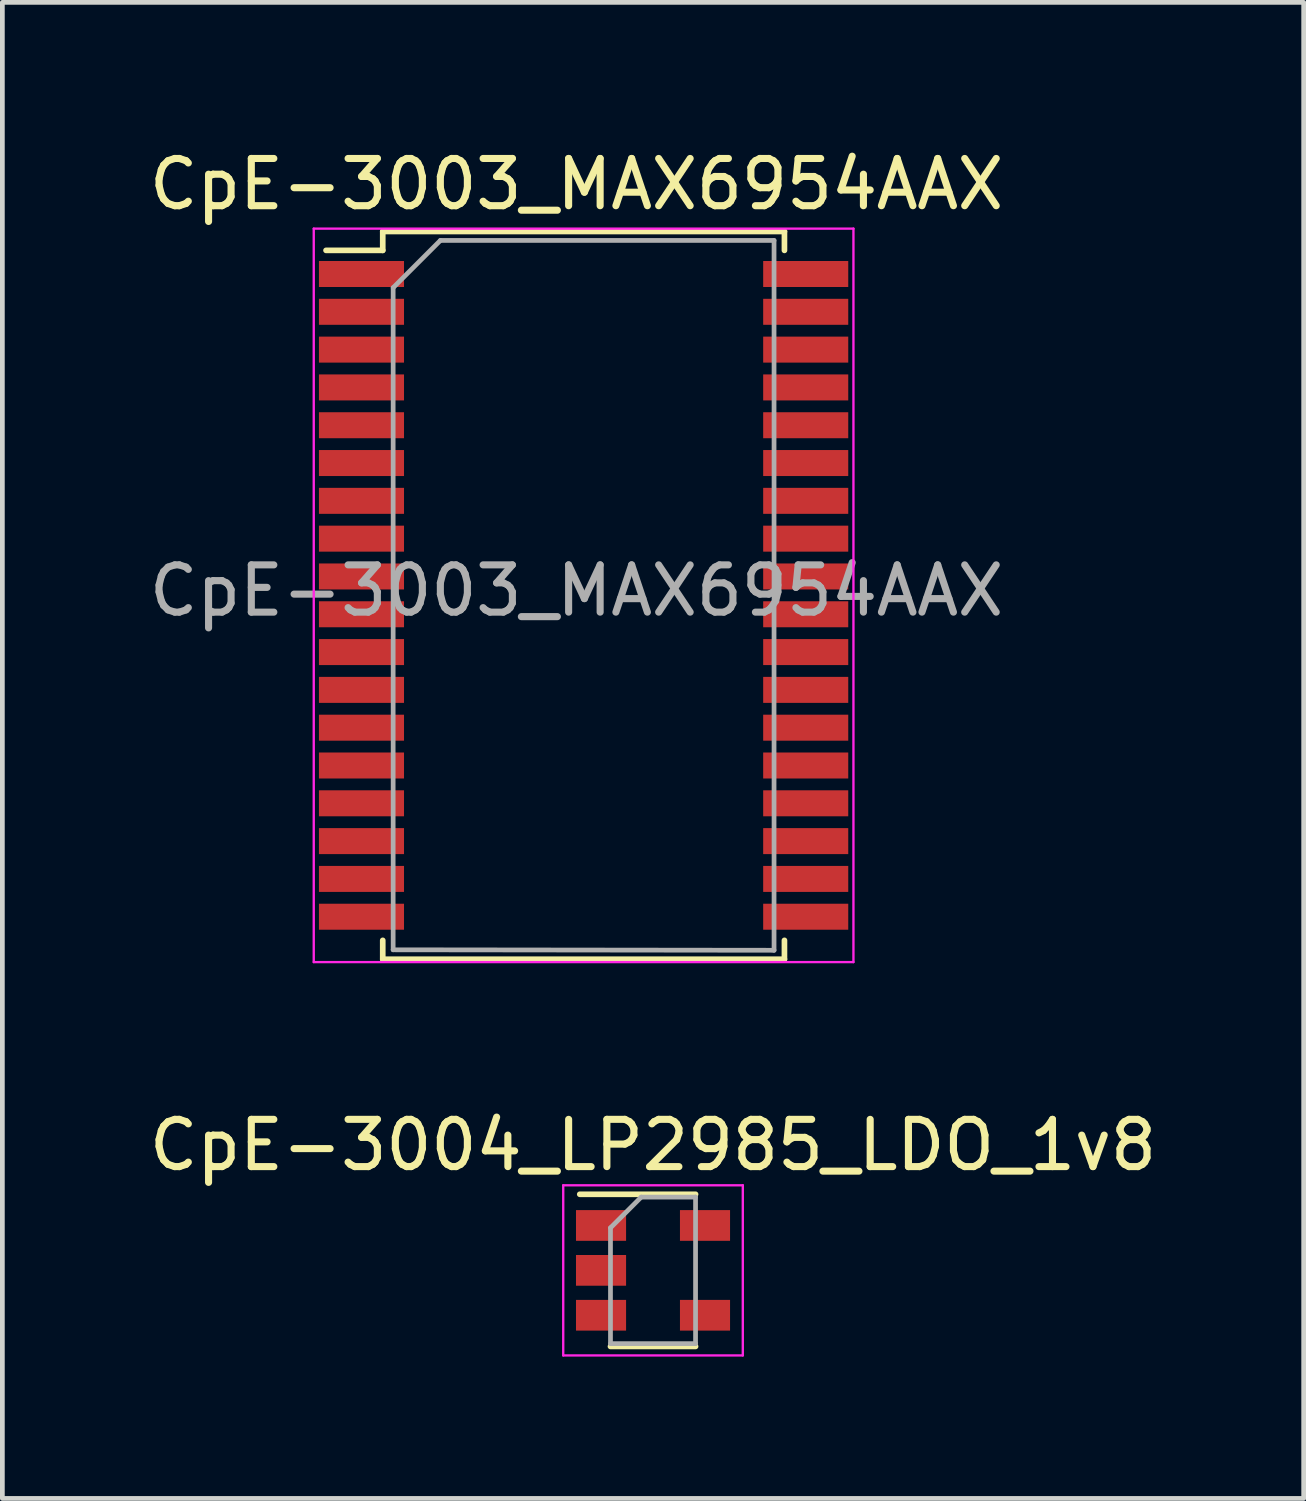
<source format=kicad_pcb>
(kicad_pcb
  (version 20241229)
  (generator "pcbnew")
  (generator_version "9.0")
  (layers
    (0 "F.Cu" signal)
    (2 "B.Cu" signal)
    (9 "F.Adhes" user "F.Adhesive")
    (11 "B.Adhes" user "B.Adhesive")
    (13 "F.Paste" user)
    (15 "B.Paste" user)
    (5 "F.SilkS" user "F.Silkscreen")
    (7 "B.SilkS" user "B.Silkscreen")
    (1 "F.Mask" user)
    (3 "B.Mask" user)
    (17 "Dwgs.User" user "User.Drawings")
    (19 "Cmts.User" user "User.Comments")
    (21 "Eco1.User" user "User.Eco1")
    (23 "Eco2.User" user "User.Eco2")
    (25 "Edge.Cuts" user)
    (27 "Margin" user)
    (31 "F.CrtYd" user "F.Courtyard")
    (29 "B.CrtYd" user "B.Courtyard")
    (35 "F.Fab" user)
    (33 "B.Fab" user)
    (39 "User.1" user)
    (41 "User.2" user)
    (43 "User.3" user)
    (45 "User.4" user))
  (footprint "CpE-3004_LP2985_LDO_1v8"
    (layer "F.Cu")
    (at 10.768 23.831)
    (property "Reference" "CpE-3004_LP2985_LDO_1v8" (at 0 -2.65 0) (layer "F.SilkS") (effects (font (size 1 1) (thickness 0.15))))
    (attr through_hole)
    (fp_line (start -0.9 1.61) (end 0.9 1.61) (stroke (width 0.12) (type solid)) (layer "F.SilkS"))
    (fp_line (start 0.9 -1.61) (end -1.55 -1.61) (stroke (width 0.12) (type solid)) (layer "F.SilkS"))
    (fp_line (start -1.9 -1.8) (end 1.9 -1.8) (stroke (width 0.05) (type solid)) (layer "F.CrtYd"))
    (fp_line (start -1.9 1.8) (end -1.9 -1.8) (stroke (width 0.05) (type solid)) (layer "F.CrtYd"))
    (fp_line (start 1.9 -1.8) (end 1.9 1.8) (stroke (width 0.05) (type solid)) (layer "F.CrtYd"))
    (fp_line (start 1.9 1.8) (end -1.9 1.8) (stroke (width 0.05) (type solid)) (layer "F.CrtYd"))
    (fp_line (start -0.9 -0.9) (end -0.9 1.55) (stroke (width 0.1) (type solid)) (layer "F.Fab"))
    (fp_line (start -0.9 -0.9) (end -0.25 -1.55) (stroke (width 0.1) (type solid)) (layer "F.Fab"))
    (fp_line (start 0.9 -1.55) (end -0.25 -1.55) (stroke (width 0.1) (type solid)) (layer "F.Fab"))
    (fp_line (start 0.9 -1.55) (end 0.9 1.55) (stroke (width 0.1) (type solid)) (layer "F.Fab"))
    (fp_line (start 0.9 1.55) (end -0.9 1.55) (stroke (width 0.1) (type solid)) (layer "F.Fab"))
    (pad "1" smd rect (at -1.1 -0.95) (size 1.06 0.65) (layers "F.Cu" "F.Mask" "F.Paste"))
    (pad "2" smd rect (at -1.1 0) (size 1.06 0.65) (layers "F.Cu" "F.Mask" "F.Paste"))
    (pad "3" smd rect (at -1.1 0.95) (size 1.06 0.65) (layers "F.Cu" "F.Mask" "F.Paste"))
    (pad "4" smd rect (at 1.1 0.95) (size 1.06 0.65) (layers "F.Cu" "F.Mask" "F.Paste"))
    (pad "5" smd rect (at 1.1 -0.95) (size 1.06 0.65) (layers "F.Cu" "F.Mask" "F.Paste")))
  (footprint "CpE-3003_MAX6954AAX"
    (layer "F.Cu")
    (at 9.149 9.648)
    (property "Reference" "CpE-3003_MAX6954AAX" (at 0 -8.8 0) (layer "F.SilkS") (effects (font (size 1 1) (thickness 0.15))))
    (attr through_hole)
    (fp_line (start -5.3 -7.4) (end -4.1 -7.4) (stroke (width 0.12) (type solid)) (layer "F.SilkS"))
    (fp_line (start -4.1 -7.8) (end 4.4 -7.8) (stroke (width 0.12) (type solid)) (layer "F.SilkS"))
    (fp_line (start -4.1 -7.4) (end -4.1 -7.8) (stroke (width 0.12) (type solid)) (layer "F.SilkS"))
    (fp_line (start -4.1 7.2) (end -4.1 7.6) (stroke (width 0.12) (type solid)) (layer "F.SilkS"))
    (fp_line (start -4.1 7.6) (end 4.4 7.6) (stroke (width 0.12) (type solid)) (layer "F.SilkS"))
    (fp_line (start 4.4 -7.8) (end 4.4 -7.4) (stroke (width 0.12) (type solid)) (layer "F.SilkS"))
    (fp_line (start 4.4 7.2) (end 4.4 7.6) (stroke (width 0.12) (type solid)) (layer "F.SilkS"))
    (fp_line (start -5.56 -7.86) (end -5.56 7.66) (stroke (width 0.05) (type solid)) (layer "F.CrtYd"))
    (fp_line (start -5.56 -7.86) (end 5.86 -7.86) (stroke (width 0.05) (type solid)) (layer "F.CrtYd"))
    (fp_line (start 5.86 -7.86) (end 5.86 7.66) (stroke (width 0.05) (type solid)) (layer "F.CrtYd"))
    (fp_line (start 5.86 7.66) (end -5.56 7.66) (stroke (width 0.05) (type solid)) (layer "F.CrtYd"))
    (fp_line (start -3.88 7.4) (end -3.88 -6.61) (stroke (width 0.1) (type solid)) (layer "F.Fab"))
    (fp_line (start -2.88 -7.61) (end -3.88 -6.61) (stroke (width 0.1) (type solid)) (layer "F.Fab"))
    (fp_line (start -2.88 -7.61) (end 4.18 -7.61) (stroke (width 0.1) (type solid)) (layer "F.Fab"))
    (fp_line (start 4.18 -7.61) (end 4.18 7.41) (stroke (width 0.1) (type solid)) (layer "F.Fab"))
    (fp_line (start 4.18 7.41) (end -3.88 7.4) (stroke (width 0.1) (type solid)) (layer "F.Fab"))
    (fp_text user "${REFERENCE}" (at 0 -0.2 0) (layer "F.Fab") (effects (font (size 1 1) (thickness 0.15))))
    (pad "1" smd rect (at -4.55 -6.9) (size 1.8 0.55) (layers "F.Cu" "F.Mask" "F.Paste"))
    (pad "2" smd rect (at -4.55 -6.1) (size 1.8 0.55) (layers "F.Cu" "F.Mask" "F.Paste"))
    (pad "3" smd rect (at -4.55 -5.3) (size 1.8 0.55) (layers "F.Cu" "F.Mask" "F.Paste"))
    (pad "4" smd rect (at -4.55 -4.5) (size 1.8 0.55) (layers "F.Cu" "F.Mask" "F.Paste"))
    (pad "5" smd rect (at -4.55 -3.7) (size 1.8 0.55) (layers "F.Cu" "F.Mask" "F.Paste"))
    (pad "6" smd rect (at -4.55 -2.9) (size 1.8 0.55) (layers "F.Cu" "F.Mask" "F.Paste"))
    (pad "7" smd rect (at -4.55 -2.1) (size 1.8 0.55) (layers "F.Cu" "F.Mask" "F.Paste"))
    (pad "8" smd rect (at -4.55 -1.3) (size 1.8 0.55) (layers "F.Cu" "F.Mask" "F.Paste"))
    (pad "9" smd rect (at -4.55 -0.5) (size 1.8 0.55) (layers "F.Cu" "F.Mask" "F.Paste"))
    (pad "10" smd rect (at -4.55 0.3) (size 1.8 0.55) (layers "F.Cu" "F.Mask" "F.Paste"))
    (pad "11" smd rect (at -4.55 1.1) (size 1.8 0.55) (layers "F.Cu" "F.Mask" "F.Paste"))
    (pad "12" smd rect (at -4.55 1.9) (size 1.8 0.55) (layers "F.Cu" "F.Mask" "F.Paste"))
    (pad "13" smd rect (at -4.55 2.7) (size 1.8 0.55) (layers "F.Cu" "F.Mask" "F.Paste"))
    (pad "14" smd rect (at -4.55 3.5) (size 1.8 0.55) (layers "F.Cu" "F.Mask" "F.Paste"))
    (pad "15" smd rect (at -4.55 4.3) (size 1.8 0.55) (layers "F.Cu" "F.Mask" "F.Paste"))
    (pad "16" smd rect (at -4.55 5.1) (size 1.8 0.55) (layers "F.Cu" "F.Mask" "F.Paste"))
    (pad "17" smd rect (at -4.55 5.9) (size 1.8 0.55) (layers "F.Cu" "F.Mask" "F.Paste"))
    (pad "18" smd rect (at -4.55 6.7) (size 1.8 0.55) (layers "F.Cu" "F.Mask" "F.Paste"))
    (pad "19" smd rect (at 4.85 6.7) (size 1.8 0.55) (layers "F.Cu" "F.Mask" "F.Paste"))
    (pad "20" smd rect (at 4.85 5.9) (size 1.8 0.55) (layers "F.Cu" "F.Mask" "F.Paste"))
    (pad "21" smd rect (at 4.85 5.1) (size 1.8 0.55) (layers "F.Cu" "F.Mask" "F.Paste"))
    (pad "22" smd rect (at 4.85 4.3) (size 1.8 0.55) (layers "F.Cu" "F.Mask" "F.Paste"))
    (pad "23" smd rect (at 4.85 3.5) (size 1.8 0.55) (layers "F.Cu" "F.Mask" "F.Paste"))
    (pad "24" smd rect (at 4.85 2.7) (size 1.8 0.55) (layers "F.Cu" "F.Mask" "F.Paste"))
    (pad "25" smd rect (at 4.85 1.9) (size 1.8 0.55) (layers "F.Cu" "F.Mask" "F.Paste"))
    (pad "26" smd rect (at 4.85 1.1) (size 1.8 0.55) (layers "F.Cu" "F.Mask" "F.Paste"))
    (pad "27" smd rect (at 4.85 0.3) (size 1.8 0.55) (layers "F.Cu" "F.Mask" "F.Paste"))
    (pad "28" smd rect (at 4.85 -0.5) (size 1.8 0.55) (layers "F.Cu" "F.Mask" "F.Paste"))
    (pad "29" smd rect (at 4.85 -1.3) (size 1.8 0.55) (layers "F.Cu" "F.Mask" "F.Paste"))
    (pad "30" smd rect (at 4.85 -2.1) (size 1.8 0.55) (layers "F.Cu" "F.Mask" "F.Paste"))
    (pad "31" smd rect (at 4.85 -2.9) (size 1.8 0.55) (layers "F.Cu" "F.Mask" "F.Paste"))
    (pad "32" smd rect (at 4.85 -3.7) (size 1.8 0.55) (layers "F.Cu" "F.Mask" "F.Paste"))
    (pad "33" smd rect (at 4.85 -4.5) (size 1.8 0.55) (layers "F.Cu" "F.Mask" "F.Paste"))
    (pad "34" smd rect (at 4.85 -5.3) (size 1.8 0.55) (layers "F.Cu" "F.Mask" "F.Paste"))
    (pad "35" smd rect (at 4.85 -6.1) (size 1.8 0.55) (layers "F.Cu" "F.Mask" "F.Paste"))
    (pad "36" smd rect (at 4.85 -6.9) (size 1.8 0.55) (layers "F.Cu" "F.Mask" "F.Paste")))
  (gr_rect
    (start -3 -3)
    (end 24.536 28.657)
    (stroke (width 0.1) (type default))
    (fill no)
    (layer "Edge.Cuts")))
</source>
